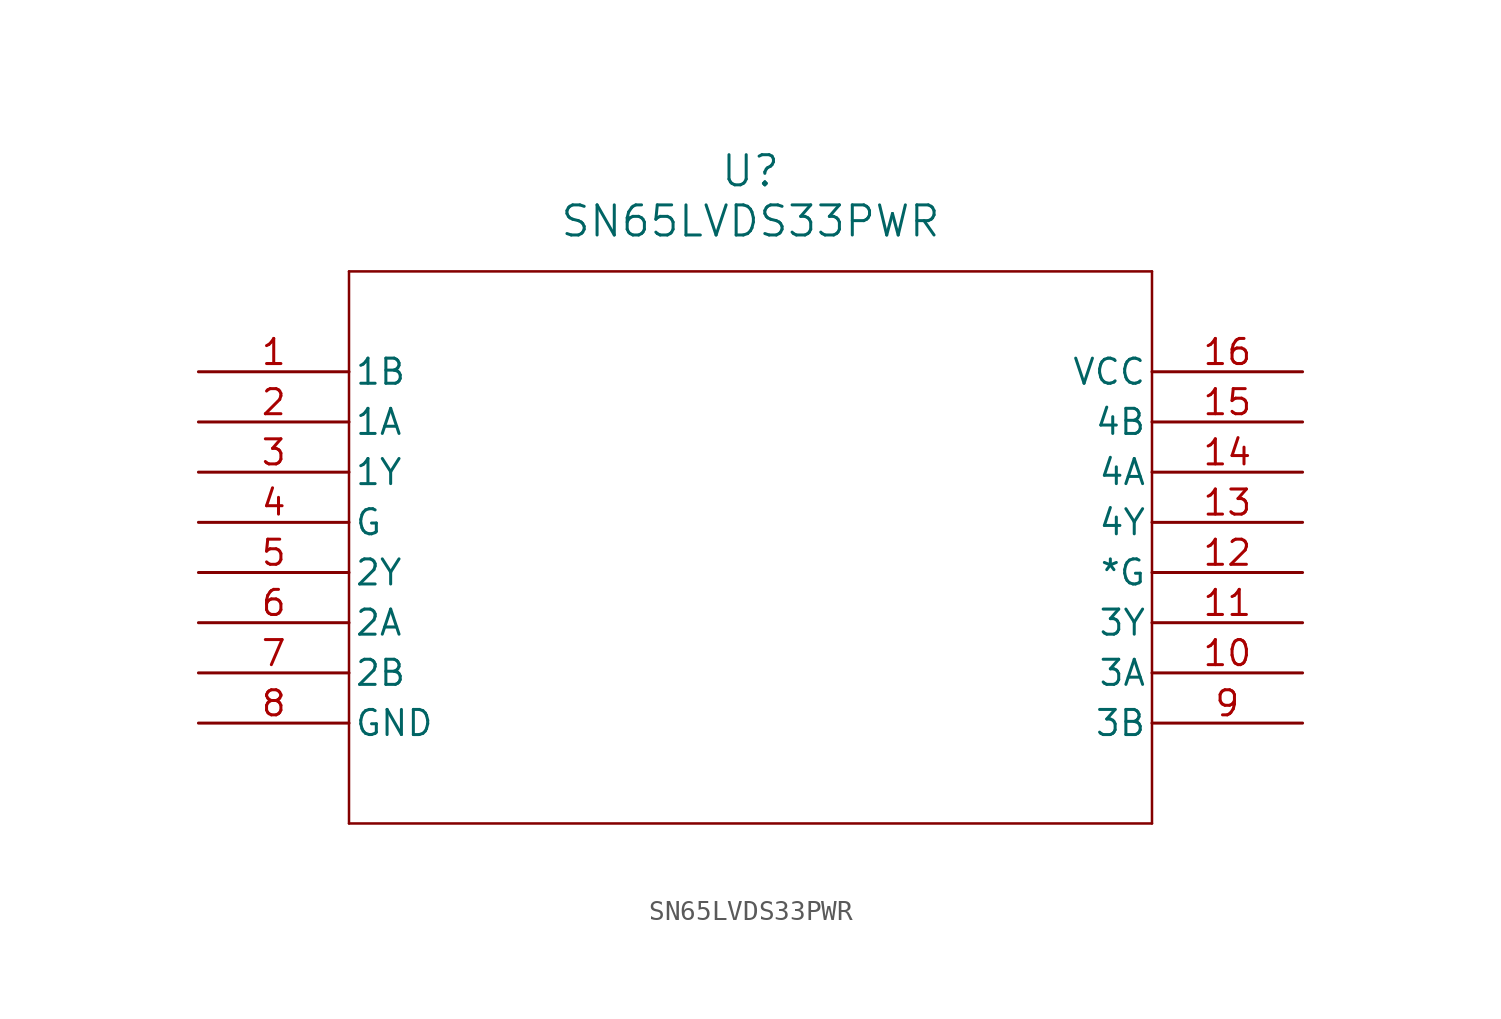
<source format=kicad_sym>
(kicad_symbol_lib
  (version 20211014)
  (generator kicad_symbol_editor)
  (symbol "SN65LVDS33PWR"
    (pin_names
      (offset 0.254))
    (property "Reference" "U"
      (at 27.94 10.16 0)
      (effects (font (size 1.524 1.524))))
    (property "Value" "SN65LVDS33PWR"
      (at 27.94 7.62 0)
      (effects (font (size 1.524 1.524))))
    (symbol "SN65LVDS33PWR_0_1"
      (polyline (pts (xy 7.62 5.08) (xy 7.62 -22.86)) (stroke (width 0.127) (type default) (color 0 0 0 0)) (fill (type none)))
      (polyline (pts (xy 7.62 -22.86) (xy 48.26 -22.86)) (stroke (width 0.127) (type default) (color 0 0 0 0)) (fill (type none)))
      (polyline (pts (xy 48.26 -22.86) (xy 48.26 5.08)) (stroke (width 0.127) (type default) (color 0 0 0 0)) (fill (type none)))
      (polyline (pts (xy 48.26 5.08) (xy 7.62 5.08)) (stroke (width 0.127) (type default) (color 0 0 0 0)) (fill (type none)))
      (pin input line (at 0 0 0) (length 7.62) (name "1B" (effects (font (size 1.27 1.27)))) (number "1" (effects (font (size 1.27 1.27)))))
      (pin input line (at 0 -2.54 0) (length 7.62) (name "1A" (effects (font (size 1.27 1.27)))) (number "2" (effects (font (size 1.27 1.27)))))
      (pin output line (at 0 -5.08 0) (length 7.62) (name "1Y" (effects (font (size 1.27 1.27)))) (number "3" (effects (font (size 1.27 1.27)))))
      (pin unspecified line (at 0 -7.62 0) (length 7.62) (name "G" (effects (font (size 1.27 1.27)))) (number "4" (effects (font (size 1.27 1.27)))))
      (pin output line (at 0 -10.16 0) (length 7.62) (name "2Y" (effects (font (size 1.27 1.27)))) (number "5" (effects (font (size 1.27 1.27)))))
      (pin input line (at 0 -12.7 0) (length 7.62) (name "2A" (effects (font (size 1.27 1.27)))) (number "6" (effects (font (size 1.27 1.27)))))
      (pin input line (at 0 -15.24 0) (length 7.62) (name "2B" (effects (font (size 1.27 1.27)))) (number "7" (effects (font (size 1.27 1.27)))))
      (pin power_in line (at 0 -17.78 0) (length 7.62) (name "GND" (effects (font (size 1.27 1.27)))) (number "8" (effects (font (size 1.27 1.27)))))
      (pin input line (at 55.88 -17.78 180) (length 7.62) (name "3B" (effects (font (size 1.27 1.27)))) (number "9" (effects (font (size 1.27 1.27)))))
      (pin input line (at 55.88 -15.24 180) (length 7.62) (name "3A" (effects (font (size 1.27 1.27)))) (number "10" (effects (font (size 1.27 1.27)))))
      (pin output line (at 55.88 -12.7 180) (length 7.62) (name "3Y" (effects (font (size 1.27 1.27)))) (number "11" (effects (font (size 1.27 1.27)))))
      (pin unspecified line (at 55.88 -10.16 180) (length 7.62) (name "*G" (effects (font (size 1.27 1.27)))) (number "12" (effects (font (size 1.27 1.27)))))
      (pin output line (at 55.88 -7.62 180) (length 7.62) (name "4Y" (effects (font (size 1.27 1.27)))) (number "13" (effects (font (size 1.27 1.27)))))
      (pin input line (at 55.88 -5.08 180) (length 7.62) (name "4A" (effects (font (size 1.27 1.27)))) (number "14" (effects (font (size 1.27 1.27)))))
      (pin input line (at 55.88 -2.54 180) (length 7.62) (name "4B" (effects (font (size 1.27 1.27)))) (number "15" (effects (font (size 1.27 1.27)))))
      (pin power_in line (at 55.88 0 180) (length 7.62) (name "VCC" (effects (font (size 1.27 1.27)))) (number "16" (effects (font (size 1.27 1.27))))))))
</source>
